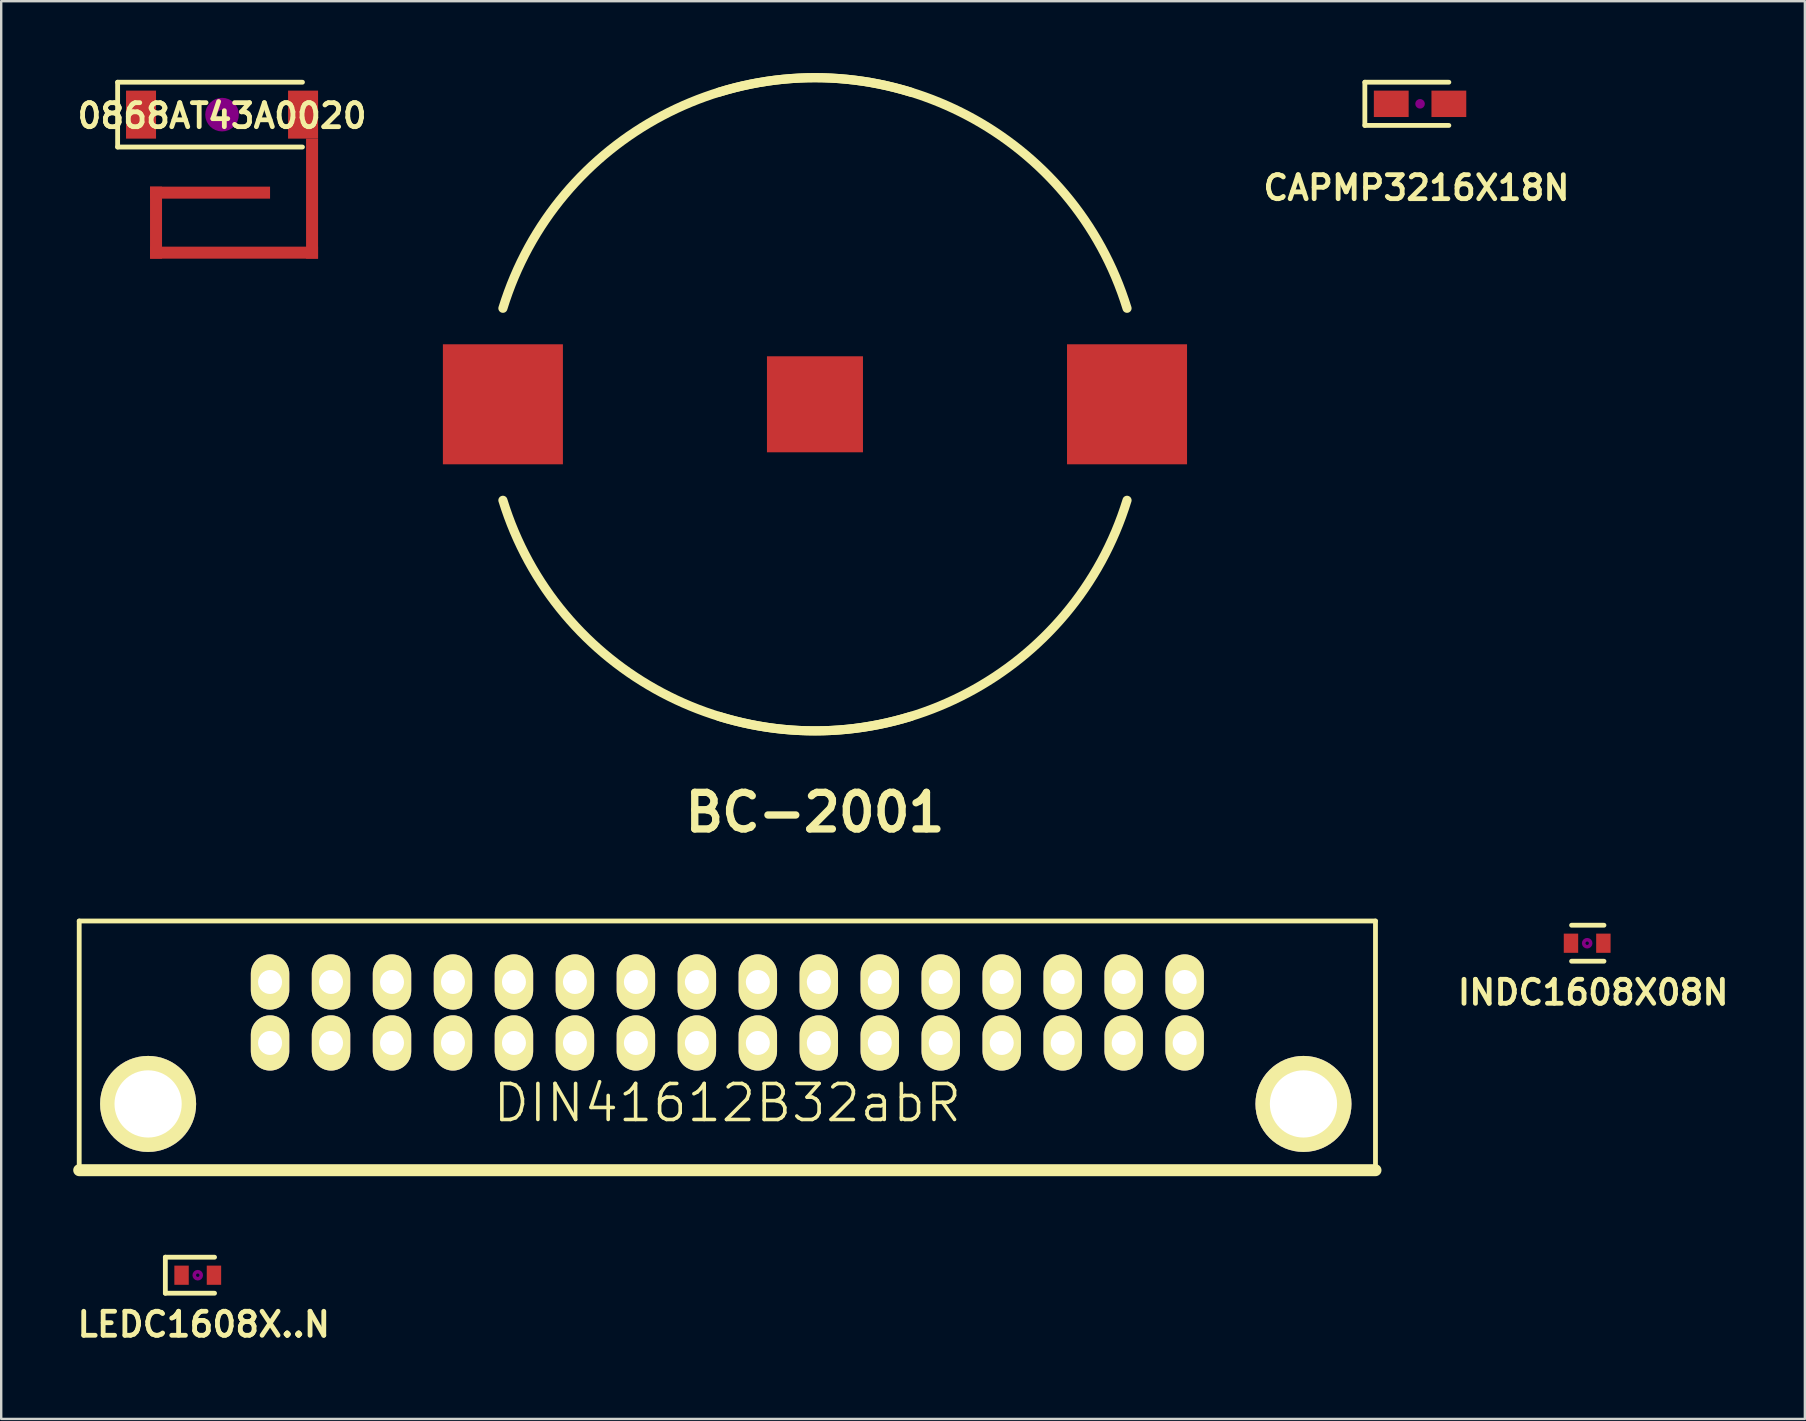
<source format=kicad_pcb>
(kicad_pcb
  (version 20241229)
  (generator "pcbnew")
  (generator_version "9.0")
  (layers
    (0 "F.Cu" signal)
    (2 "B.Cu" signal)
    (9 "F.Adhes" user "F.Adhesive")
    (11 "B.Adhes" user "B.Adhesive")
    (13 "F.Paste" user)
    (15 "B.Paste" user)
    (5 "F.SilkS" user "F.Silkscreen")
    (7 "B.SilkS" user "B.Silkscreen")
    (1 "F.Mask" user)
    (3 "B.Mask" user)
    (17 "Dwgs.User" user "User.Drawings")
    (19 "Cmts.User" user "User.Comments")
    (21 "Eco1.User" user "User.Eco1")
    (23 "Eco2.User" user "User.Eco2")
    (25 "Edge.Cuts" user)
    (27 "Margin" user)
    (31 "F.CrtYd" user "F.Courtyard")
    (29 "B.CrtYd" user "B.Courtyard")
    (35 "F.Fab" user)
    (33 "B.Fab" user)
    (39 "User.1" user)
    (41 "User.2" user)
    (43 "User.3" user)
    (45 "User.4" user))
  (footprint "0868AT43A0020"
    (layer "F.Cu")
    (at 6.2 1.725)
    (property "Reference" "0868AT43A0020" (at 0 0.05 0) (layer "F.SilkS") (effects (font (size 1 1) (thickness 0.2))))
    (attr through_hole)
    (fp_line (start -4.35 -1.35) (end -4.35 1.35) (stroke (width 0.2) (type solid)) (layer "F.SilkS"))
    (fp_line (start -4.35 1.35) (end 3.35 1.35) (stroke (width 0.2) (type solid)) (layer "F.SilkS"))
    (fp_line (start 3.35 -1.35) (end -4.35 -1.35) (stroke (width 0.2) (type solid)) (layer "F.SilkS"))
    (fp_circle (center 0 0) (end 0.2 0) (stroke (width 0.5) (type solid)) (fill no) (layer "F.Adhes"))
    (fp_line (start -4.7 -1.7) (end -4.7 1.7) (stroke (width 0.05) (type solid)) (layer "Margin"))
    (fp_line (start -4.7 -1.7) (end 4.25 -1.7) (stroke (width 0.05) (type solid)) (layer "Margin"))
    (fp_line (start -4.7 1.7) (end 4.25 1.7) (stroke (width 0.05) (type solid)) (layer "Margin"))
    (fp_line (start 4.25 -1.7) (end 4.25 1.7) (stroke (width 0.05) (type solid)) (layer "Margin"))
    (pad "0" smd rect (at -2.75 4.5) (size 0.5 3) (layers "F.Cu" "F.Mask" "F.Paste"))
    (pad "0" smd rect (at -0.5 3.25) (size 5 0.5) (layers "F.Cu" "F.Mask" "F.Paste"))
    (pad "0" smd rect (at 0.5 5.75) (size 7 0.5) (layers "F.Cu" "F.Mask" "F.Paste"))
    (pad "0" smd rect (at 3.375 0) (size 1.25 2) (layers "F.Cu" "F.Mask" "F.Paste"))
    (pad "0" smd rect (at 3.75 3.5) (size 0.5 5) (layers "F.Cu" "F.Mask" "F.Paste"))
    (pad "1" smd rect (at -3.375 0) (size 1.25 2) (layers "F.Cu" "F.Mask" "F.Paste")))
  (footprint "CAPMP3216X18N"
    (layer "F.Cu")
    (at 56.107 1.275)
    (property "Reference" "CAPMP3216X18N" (at -0.15 3.5 0) (layer "F.SilkS") (effects (font (size 1 1) (thickness 0.2))))
    (attr through_hole)
    (fp_line (start -2.3 -0.9) (end -2.3 0.9) (stroke (width 0.2) (type solid)) (layer "F.SilkS"))
    (fp_line (start -2.3 0.9) (end 1.2 0.9) (stroke (width 0.2) (type solid)) (layer "F.SilkS"))
    (fp_line (start 1.2 -0.9) (end -2.3 -0.9) (stroke (width 0.2) (type solid)) (layer "F.SilkS"))
    (fp_circle (center 0 0) (end 0.1 0) (stroke (width 0.2) (type solid)) (fill no) (layer "F.Adhes"))
    (fp_line (start -2.65 -1.25) (end 2.65 -1.25) (stroke (width 0.05) (type solid)) (layer "Margin"))
    (fp_line (start -2.65 1.25) (end -2.65 -1.25) (stroke (width 0.05) (type solid)) (layer "Margin"))
    (fp_line (start 2.65 -1.25) (end 2.65 1.25) (stroke (width 0.05) (type solid)) (layer "Margin"))
    (fp_line (start 2.65 1.25) (end -2.65 1.25) (stroke (width 0.05) (type solid)) (layer "Margin"))
    (pad "1" smd rect (at -1.2 0) (size 1.45 1.1) (layers "F.Cu" "F.Mask" "F.Paste"))
    (pad "2" smd rect (at 1.2 0) (size 1.45 1.1) (layers "F.Cu" "F.Mask" "F.Paste")))
  (footprint "DIN41612B32abR"
    (layer "F.Cu")
    (at 27.25 40.398)
    (property "Reference" "DIN41612B32abR" (at 0 2.5 0) (layer "F.SilkS") (effects (font (size 1.5 1.5) (thickness 0.15))))
    (attr through_hole)
    (fp_line (start -27 -5.08) (end -27 5.3) (stroke (width 0.2) (type solid)) (layer "F.SilkS"))
    (fp_line (start -27 -5.08) (end 27 -5.08) (stroke (width 0.2) (type solid)) (layer "F.SilkS"))
    (fp_line (start -27 5.3) (end 27 5.3) (stroke (width 0.5) (type solid)) (layer "F.SilkS"))
    (fp_line (start 27 -5.08) (end 27 5.3) (stroke (width 0.2) (type solid)) (layer "F.SilkS"))
    (pad "" np_thru_hole circle (at -24.13 2.54) (size 4 4) (drill 2.8) (layers "*.Cu" "*.Mask" "F.SilkS"))
    (pad "" np_thru_hole circle (at 24 2.54) (size 4 4) (drill 2.8) (layers "*.Cu" "*.Mask" "F.SilkS"))
    (pad "A1" thru_hole oval (at 19.05 0) (size 1.6 2.3) (drill 1) (layers "*.Cu" "*.Mask" "F.SilkS"))
    (pad "A2" thru_hole oval (at 16.51 0) (size 1.6 2.3) (drill 1) (layers "*.Cu" "*.Mask" "F.SilkS"))
    (pad "A3" thru_hole oval (at 13.97 0) (size 1.6 2.3) (drill 1) (layers "*.Cu" "*.Mask" "F.SilkS"))
    (pad "A4" thru_hole oval (at 11.43 0) (size 1.6 2.3) (drill 1) (layers "*.Cu" "*.Mask" "F.SilkS"))
    (pad "A5" thru_hole oval (at 8.89 0) (size 1.6 2.3) (drill 1) (layers "*.Cu" "*.Mask" "F.SilkS"))
    (pad "A6" thru_hole oval (at 6.35 0) (size 1.6 2.3) (drill 1) (layers "*.Cu" "*.Mask" "F.SilkS"))
    (pad "A7" thru_hole oval (at 3.81 0) (size 1.6 2.3) (drill 1) (layers "*.Cu" "*.Mask" "F.SilkS"))
    (pad "A8" thru_hole oval (at 1.27 0) (size 1.6 2.3) (drill 1) (layers "*.Cu" "*.Mask" "F.SilkS"))
    (pad "A9" thru_hole oval (at -1.27 0) (size 1.6 2.3) (drill 1) (layers "*.Cu" "*.Mask" "F.SilkS"))
    (pad "A10" thru_hole oval (at -3.81 0) (size 1.6 2.3) (drill 1) (layers "*.Cu" "*.Mask" "F.SilkS"))
    (pad "A11" thru_hole oval (at -6.35 0) (size 1.6 2.3) (drill 1) (layers "*.Cu" "*.Mask" "F.SilkS"))
    (pad "A12" thru_hole oval (at -8.89 0) (size 1.6 2.3) (drill 1) (layers "*.Cu" "*.Mask" "F.SilkS"))
    (pad "A13" thru_hole oval (at -11.43 0) (size 1.6 2.3) (drill 1) (layers "*.Cu" "*.Mask" "F.SilkS"))
    (pad "A14" thru_hole oval (at -13.97 0) (size 1.6 2.3) (drill 1) (layers "*.Cu" "*.Mask" "F.SilkS"))
    (pad "A15" thru_hole oval (at -16.51 0) (size 1.6 2.3) (drill 1) (layers "*.Cu" "*.Mask" "F.SilkS"))
    (pad "A16" thru_hole oval (at -19.05 0) (size 1.6 2.3) (drill 1) (layers "*.Cu" "*.Mask" "F.SilkS"))
    (pad "B1" thru_hole oval (at 19.05 -2.54) (size 1.6 2.3) (drill 1) (layers "*.Cu" "*.Mask" "F.SilkS"))
    (pad "B2" thru_hole oval (at 16.51 -2.54) (size 1.6 2.3) (drill 1) (layers "*.Cu" "*.Mask" "F.SilkS"))
    (pad "B3" thru_hole oval (at 13.97 -2.54) (size 1.6 2.3) (drill 1) (layers "*.Cu" "*.Mask" "F.SilkS"))
    (pad "B4" thru_hole oval (at 11.43 -2.54) (size 1.6 2.3) (drill 1) (layers "*.Cu" "*.Mask" "F.SilkS"))
    (pad "B5" thru_hole oval (at 8.89 -2.54) (size 1.6 2.3) (drill 1) (layers "*.Cu" "*.Mask" "F.SilkS"))
    (pad "B6" thru_hole oval (at 6.35 -2.54) (size 1.6 2.3) (drill 1) (layers "*.Cu" "*.Mask" "F.SilkS"))
    (pad "B7" thru_hole oval (at 3.81 -2.54) (size 1.6 2.3) (drill 1) (layers "*.Cu" "*.Mask" "F.SilkS"))
    (pad "B8" thru_hole oval (at 1.27 -2.54) (size 1.6 2.3) (drill 1) (layers "*.Cu" "*.Mask" "F.SilkS"))
    (pad "B9" thru_hole oval (at -1.27 -2.54) (size 1.6 2.3) (drill 1) (layers "*.Cu" "*.Mask" "F.SilkS"))
    (pad "B10" thru_hole oval (at -3.81 -2.54) (size 1.6 2.3) (drill 1) (layers "*.Cu" "*.Mask" "F.SilkS"))
    (pad "B11" thru_hole oval (at -6.35 -2.54) (size 1.6 2.3) (drill 1) (layers "*.Cu" "*.Mask" "F.SilkS"))
    (pad "B12" thru_hole oval (at -8.89 -2.54) (size 1.6 2.3) (drill 1) (layers "*.Cu" "*.Mask" "F.SilkS"))
    (pad "B13" thru_hole oval (at -11.43 -2.54) (size 1.6 2.3) (drill 1) (layers "*.Cu" "*.Mask" "F.SilkS"))
    (pad "B14" thru_hole oval (at -13.97 -2.54) (size 1.6 2.3) (drill 1) (layers "*.Cu" "*.Mask" "F.SilkS"))
    (pad "B15" thru_hole oval (at -16.51 -2.54) (size 1.6 2.3) (drill 1) (layers "*.Cu" "*.Mask" "F.SilkS"))
    (pad "B16" thru_hole oval (at -19.05 -2.54) (size 1.6 2.3) (drill 1) (layers "*.Cu" "*.Mask" "F.SilkS")))
  (footprint "INDC1608X08N"
    (layer "F.Cu")
    (at 63.069 36.243)
    (property "Reference" "INDC1608X08N" (at 0.25 2.05 0) (layer "F.SilkS") (effects (font (size 1 1) (thickness 0.2))))
    (attr through_hole)
    (fp_line (start -0.65 -0.75) (end 0.7 -0.75) (stroke (width 0.2) (type solid)) (layer "F.SilkS"))
    (fp_line (start -0.65 0.75) (end 0.7 0.75) (stroke (width 0.2) (type solid)) (layer "F.SilkS"))
    (fp_circle (center 0 0) (end 0.05 -0.05) (stroke (width 0.15) (type solid)) (fill no) (layer "F.Adhes"))
    (fp_line (start -1.25 -1) (end 1.25 -1) (stroke (width 0.05) (type solid)) (layer "Margin"))
    (fp_line (start -1.25 1.1) (end -1.25 -1) (stroke (width 0.05) (type solid)) (layer "Margin"))
    (fp_line (start 1.25 -1) (end 1.25 1.1) (stroke (width 0.05) (type solid)) (layer "Margin"))
    (fp_line (start 1.25 1.1) (end -1.25 1.1) (stroke (width 0.05) (type solid)) (layer "Margin"))
    (pad "1" smd rect (at -0.675 0) (size 0.6 0.8) (layers "F.Cu" "F.Mask" "F.Paste"))
    (pad "2" smd rect (at 0.675 0) (size 0.6 0.8) (layers "F.Cu" "F.Mask" "F.Paste")))
  (footprint "BC-2001"
    (layer "F.Cu")
    (at 30.9 13.792)
    (property "Reference" "BC-2001" (at 0 17 0) (layer "F.SilkS") (effects (font (size 1.524 1.524) (thickness 0.305))))
    (attr through_hole)
    (fp_arc (start -13 -4) (mid -6.363961 -12.020815) (end 4 -13) (stroke (width 0.381) (type solid)) (layer "F.SilkS"))
    (fp_arc (start -4 -13) (mid 6.363961 -12.020815) (end 13 -4) (stroke (width 0.381) (type solid)) (layer "F.SilkS"))
    (fp_arc (start 4 13) (mid -6.363961 12.020815) (end -13 4) (stroke (width 0.381) (type solid)) (layer "F.SilkS"))
    (fp_arc (start 13 4) (mid 6.363961 12.020815) (end -4 13) (stroke (width 0.381) (type solid)) (layer "F.SilkS"))
    (pad "1" smd rect (at -13 0) (size 5 5) (layers "F.Cu" "F.Mask" "F.Paste"))
    (pad "1" smd rect (at 13 0) (size 5 5) (layers "F.Cu" "F.Mask" "F.Paste"))
    (pad "2" smd rect (at 0 0) (size 4 4) (layers "F.Cu" "F.Mask" "F.Paste")))
  (footprint "LEDC1608X..N"
    (layer "F.Cu")
    (at 5.188 50.073)
    (property "Reference" "LEDC1608X..N" (at 0.25 2.05 0) (layer "F.SilkS") (effects (font (size 1 1) (thickness 0.2))))
    (attr through_hole)
    (fp_line (start -1.35 -0.75) (end -1.35 0.75) (stroke (width 0.2) (type solid)) (layer "F.SilkS"))
    (fp_line (start -1.35 -0.75) (end 0.7 -0.75) (stroke (width 0.2) (type solid)) (layer "F.SilkS"))
    (fp_line (start -1.35 0.75) (end 0.7 0.75) (stroke (width 0.2) (type solid)) (layer "F.SilkS"))
    (fp_circle (center 0 0) (end 0.05 -0.05) (stroke (width 0.15) (type solid)) (fill no) (layer "F.Adhes"))
    (fp_line (start -1.25 -1.1) (end 1.25 -1.1) (stroke (width 0.05) (type solid)) (layer "Margin"))
    (fp_line (start -1.25 1.1) (end -1.25 -1.1) (stroke (width 0.05) (type solid)) (layer "Margin"))
    (fp_line (start 1.25 -1.1) (end 1.25 1.1) (stroke (width 0.05) (type solid)) (layer "Margin"))
    (fp_line (start 1.25 1.1) (end -1.25 1.1) (stroke (width 0.05) (type solid)) (layer "Margin"))
    (pad "1" smd rect (at -0.675 0) (size 0.6 0.8) (layers "F.Cu" "F.Mask" "F.Paste"))
    (pad "2" smd rect (at 0.675 0) (size 0.6 0.8) (layers "F.Cu" "F.Mask" "F.Paste")))
  (gr_rect
    (start -3 -3)
    (end 72.138 56.059)
    (stroke (width 0.1) (type default))
    (fill no)
    (layer "Edge.Cuts")))
</source>
